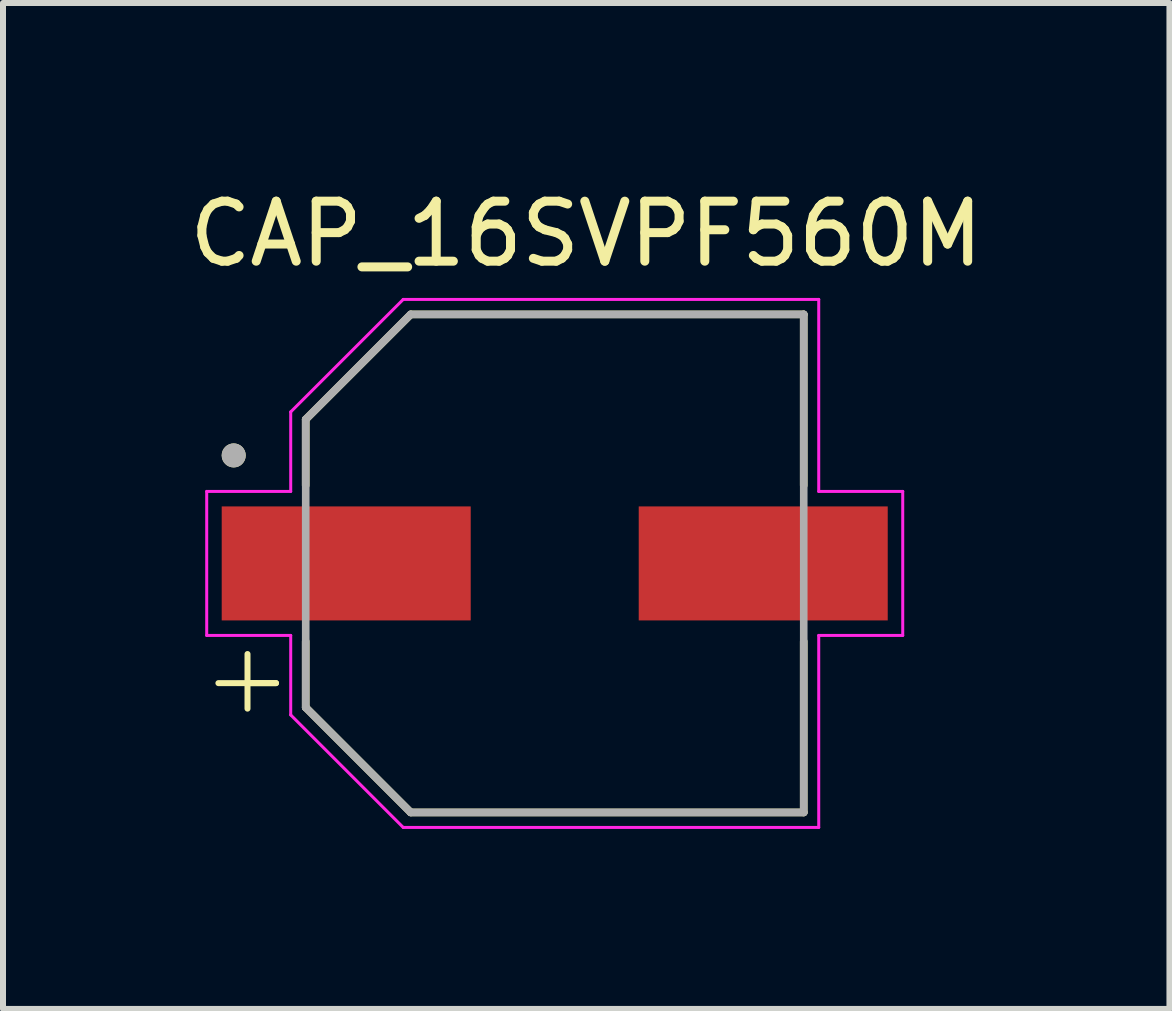
<source format=kicad_pcb>
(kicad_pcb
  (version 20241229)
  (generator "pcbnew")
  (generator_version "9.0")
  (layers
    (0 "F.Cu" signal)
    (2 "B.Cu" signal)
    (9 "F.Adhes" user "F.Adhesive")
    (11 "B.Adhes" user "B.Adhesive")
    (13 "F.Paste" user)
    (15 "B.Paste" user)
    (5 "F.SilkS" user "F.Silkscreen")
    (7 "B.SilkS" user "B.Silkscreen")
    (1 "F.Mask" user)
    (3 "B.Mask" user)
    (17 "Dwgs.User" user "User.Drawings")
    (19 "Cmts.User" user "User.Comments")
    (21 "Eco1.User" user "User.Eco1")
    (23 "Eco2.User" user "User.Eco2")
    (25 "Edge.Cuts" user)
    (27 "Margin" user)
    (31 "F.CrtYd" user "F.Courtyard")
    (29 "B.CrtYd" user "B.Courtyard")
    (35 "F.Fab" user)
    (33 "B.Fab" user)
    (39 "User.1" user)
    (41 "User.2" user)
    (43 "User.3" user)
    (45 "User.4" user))
  (footprint "CAP_16SVPF560M"
    (layer "F.Cu")
    (at 6.195 6.34)
    (property "Reference" "CAP_16SVPF560M" (at 0.525 -5.492 0) (layer "F.SilkS") (effects (font (size 1 1) (thickness 0.15))))
    (attr smd)
    (fp_line (start -5.605 1.995) (end -4.645 1.995) (stroke (width 0.1) (type default)) (layer "F.SilkS"))
    (fp_line (start -5.12 1.51) (end -5.12 2.42) (stroke (width 0.1) (type default)) (layer "F.SilkS"))
    (fp_line (start -4.645 1.995) (end -5.125 1.995) (stroke (width 0.1) (type default)) (layer "F.SilkS"))
    (fp_line (start -4.15 -2.4) (end -2.4 -4.15) (stroke (width 0.127) (type solid)) (layer "F.SilkS"))
    (fp_line (start -4.15 -1.3) (end -4.15 -2.4) (stroke (width 0.127) (type solid)) (layer "F.SilkS"))
    (fp_line (start -4.15 1.3) (end -4.15 2.4) (stroke (width 0.127) (type solid)) (layer "F.SilkS"))
    (fp_line (start -4.15 2.4) (end -2.4 4.15) (stroke (width 0.127) (type solid)) (layer "F.SilkS"))
    (fp_line (start -2.4 -4.15) (end 4.15 -4.15) (stroke (width 0.127) (type solid)) (layer "F.SilkS"))
    (fp_line (start -2.4 4.15) (end 4.15 4.15) (stroke (width 0.127) (type solid)) (layer "F.SilkS"))
    (fp_line (start 4.15 -4.15) (end 4.15 -1.3) (stroke (width 0.127) (type solid)) (layer "F.SilkS"))
    (fp_line (start 4.15 4.15) (end 4.15 1.3) (stroke (width 0.127) (type solid)) (layer "F.SilkS"))
    (fp_circle (center -5.35 -1.8) (end -5.25 -1.8) (stroke (width 0.2) (type solid)) (fill no) (layer "F.SilkS"))
    (fp_line (start -5.8 -1.2) (end -4.4 -1.2) (stroke (width 0.05) (type solid)) (layer "F.CrtYd"))
    (fp_line (start -5.8 1.2) (end -5.8 -1.2) (stroke (width 0.05) (type solid)) (layer "F.CrtYd"))
    (fp_line (start -4.4 -2.525) (end -2.525 -4.4) (stroke (width 0.05) (type solid)) (layer "F.CrtYd"))
    (fp_line (start -4.4 -1.2) (end -4.4 -2.525) (stroke (width 0.05) (type solid)) (layer "F.CrtYd"))
    (fp_line (start -4.4 1.2) (end -5.8 1.2) (stroke (width 0.05) (type solid)) (layer "F.CrtYd"))
    (fp_line (start -4.4 2.525) (end -4.4 1.2) (stroke (width 0.05) (type solid)) (layer "F.CrtYd"))
    (fp_line (start -2.525 -4.4) (end 4.4 -4.4) (stroke (width 0.05) (type solid)) (layer "F.CrtYd"))
    (fp_line (start -2.525 4.4) (end -4.4 2.525) (stroke (width 0.05) (type solid)) (layer "F.CrtYd"))
    (fp_line (start 4.4 -4.4) (end 4.4 -1.2) (stroke (width 0.05) (type solid)) (layer "F.CrtYd"))
    (fp_line (start 4.4 -1.2) (end 5.8 -1.2) (stroke (width 0.05) (type solid)) (layer "F.CrtYd"))
    (fp_line (start 4.4 1.2) (end 4.4 4.4) (stroke (width 0.05) (type solid)) (layer "F.CrtYd"))
    (fp_line (start 4.4 4.4) (end -2.525 4.4) (stroke (width 0.05) (type solid)) (layer "F.CrtYd"))
    (fp_line (start 5.8 -1.2) (end 5.8 1.2) (stroke (width 0.05) (type solid)) (layer "F.CrtYd"))
    (fp_line (start 5.8 1.2) (end 4.4 1.2) (stroke (width 0.05) (type solid)) (layer "F.CrtYd"))
    (fp_line (start -4.15 -2.4) (end -2.4 -4.15) (stroke (width 0.127) (type solid)) (layer "F.Fab"))
    (fp_line (start -4.15 2.4) (end -4.15 -2.4) (stroke (width 0.127) (type solid)) (layer "F.Fab"))
    (fp_line (start -2.4 -4.15) (end 4.15 -4.15) (stroke (width 0.127) (type solid)) (layer "F.Fab"))
    (fp_line (start -2.4 4.15) (end -4.15 2.4) (stroke (width 0.127) (type solid)) (layer "F.Fab"))
    (fp_line (start 4.15 -4.15) (end 4.15 4.15) (stroke (width 0.127) (type solid)) (layer "F.Fab"))
    (fp_line (start 4.15 4.15) (end -2.4 4.15) (stroke (width 0.127) (type solid)) (layer "F.Fab"))
    (fp_circle (center -5.35 -1.8) (end -5.25 -1.8) (stroke (width 0.2) (type solid)) (fill no) (layer "F.Fab"))
    (pad "1" smd rect (at -3.475 0) (size 4.15 1.9) (layers "F.Cu" "F.Mask" "F.Paste"))
    (pad "2" smd rect (at 3.475 0) (size 4.15 1.9) (layers "F.Cu" "F.Mask" "F.Paste")))
  (gr_rect
    (start -3 -3)
    (end 16.44 13.765)
    (stroke (width 0.1) (type default))
    (fill no)
    (layer "Edge.Cuts")))
</source>
